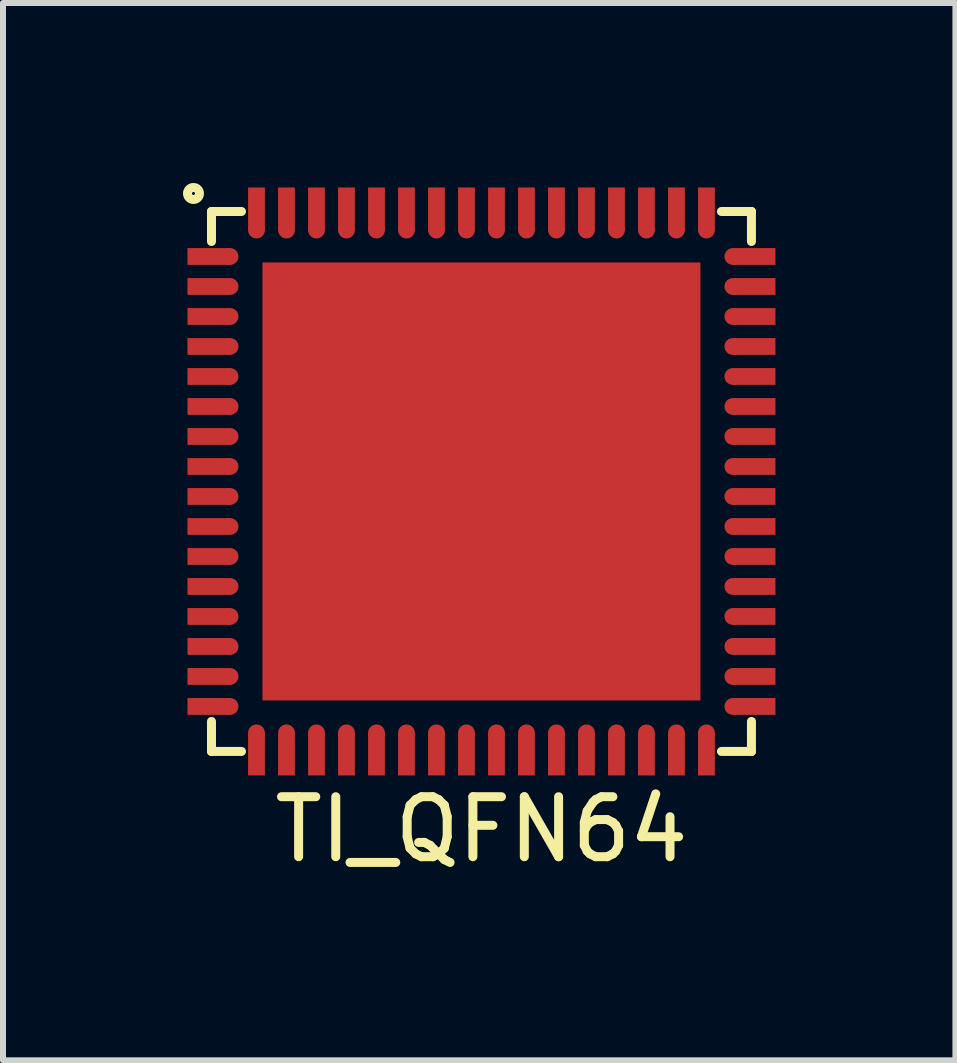
<source format=kicad_pcb>
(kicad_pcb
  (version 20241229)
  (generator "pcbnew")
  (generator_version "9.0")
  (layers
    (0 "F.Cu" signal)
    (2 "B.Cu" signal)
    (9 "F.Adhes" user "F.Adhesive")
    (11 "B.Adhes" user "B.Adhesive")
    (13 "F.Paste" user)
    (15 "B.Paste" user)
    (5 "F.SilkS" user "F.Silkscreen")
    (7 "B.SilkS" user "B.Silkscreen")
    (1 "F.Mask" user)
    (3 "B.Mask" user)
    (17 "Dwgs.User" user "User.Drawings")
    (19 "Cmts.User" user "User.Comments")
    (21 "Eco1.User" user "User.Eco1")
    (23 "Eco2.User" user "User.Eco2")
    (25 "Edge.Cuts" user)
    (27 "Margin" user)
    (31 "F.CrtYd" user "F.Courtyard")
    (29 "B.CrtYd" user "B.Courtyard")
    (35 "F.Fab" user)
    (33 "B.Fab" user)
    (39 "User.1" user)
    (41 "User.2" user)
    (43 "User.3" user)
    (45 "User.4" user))
  (footprint "TI_QFN64"
    (layer "F.Cu")
    (at 4.975 4.975)
    (property "Reference" "TI_QFN64" (at 0 5.8 0) (layer "F.SilkS") (effects (font (size 1 1) (thickness 0.15))))
    (attr through_hole)
    (fp_line (start -4.5 -4.5) (end -4.5 -4) (stroke (width 0.15) (type solid)) (layer "F.SilkS"))
    (fp_line (start -4.5 4) (end -4.5 4.5) (stroke (width 0.15) (type solid)) (layer "F.SilkS"))
    (fp_line (start -4.5 4.5) (end -4 4.5) (stroke (width 0.15) (type solid)) (layer "F.SilkS"))
    (fp_line (start -4 -4.5) (end -4.5 -4.5) (stroke (width 0.15) (type solid)) (layer "F.SilkS"))
    (fp_line (start 4 -4.5) (end 4.5 -4.5) (stroke (width 0.15) (type solid)) (layer "F.SilkS"))
    (fp_line (start 4.5 -4.5) (end 4.5 -4) (stroke (width 0.15) (type solid)) (layer "F.SilkS"))
    (fp_line (start 4.5 4) (end 4.5 4.5) (stroke (width 0.15) (type solid)) (layer "F.SilkS"))
    (fp_line (start 4.5 4.5) (end 4 4.5) (stroke (width 0.15) (type solid)) (layer "F.SilkS"))
    (fp_circle (center -4.8 -4.8) (end -4.7 -4.8) (stroke (width 0.15) (type solid)) (fill no) (layer "F.SilkS"))
    (pad "1" smd rect (at -3.75 -4.545) (size 0.28 0.71) (layers "F.Cu" "F.Mask" "F.Paste"))
    (pad "1" smd circle (at -3.75 -4.19) (size 0.28 0.28) (layers "F.Cu" "F.Mask" "F.Paste"))
    (pad "2" smd rect (at -3.25 -4.545) (size 0.28 0.71) (layers "F.Cu" "F.Mask" "F.Paste"))
    (pad "2" smd circle (at -3.25 -4.19) (size 0.28 0.28) (layers "F.Cu" "F.Mask" "F.Paste"))
    (pad "3" smd rect (at -2.75 -4.545) (size 0.28 0.71) (layers "F.Cu" "F.Mask" "F.Paste"))
    (pad "3" smd circle (at -2.75 -4.19) (size 0.28 0.28) (layers "F.Cu" "F.Mask" "F.Paste"))
    (pad "4" smd rect (at -2.25 -4.545) (size 0.28 0.71) (layers "F.Cu" "F.Mask" "F.Paste"))
    (pad "4" smd circle (at -2.25 -4.19) (size 0.28 0.28) (layers "F.Cu" "F.Mask" "F.Paste"))
    (pad "5" smd rect (at -1.75 -4.545) (size 0.28 0.71) (layers "F.Cu" "F.Mask" "F.Paste"))
    (pad "5" smd circle (at -1.75 -4.19) (size 0.28 0.28) (layers "F.Cu" "F.Mask" "F.Paste"))
    (pad "6" smd rect (at -1.25 -4.545) (size 0.28 0.71) (layers "F.Cu" "F.Mask" "F.Paste"))
    (pad "6" smd circle (at -1.25 -4.19) (size 0.28 0.28) (layers "F.Cu" "F.Mask" "F.Paste"))
    (pad "7" smd rect (at -0.75 -4.545) (size 0.28 0.71) (layers "F.Cu" "F.Mask" "F.Paste"))
    (pad "7" smd circle (at -0.75 -4.19) (size 0.28 0.28) (layers "F.Cu" "F.Mask" "F.Paste"))
    (pad "8" smd rect (at -0.25 -4.545) (size 0.28 0.71) (layers "F.Cu" "F.Mask" "F.Paste"))
    (pad "8" smd circle (at -0.25 -4.19) (size 0.28 0.28) (layers "F.Cu" "F.Mask" "F.Paste"))
    (pad "9" smd rect (at 0.25 -4.545) (size 0.28 0.71) (layers "F.Cu" "F.Mask" "F.Paste"))
    (pad "9" smd circle (at 0.25 -4.19) (size 0.28 0.28) (layers "F.Cu" "F.Mask" "F.Paste"))
    (pad "10" smd rect (at 0.75 -4.545) (size 0.28 0.71) (layers "F.Cu" "F.Mask" "F.Paste"))
    (pad "10" smd circle (at 0.75 -4.19) (size 0.28 0.28) (layers "F.Cu" "F.Mask" "F.Paste"))
    (pad "11" smd rect (at 1.25 -4.545) (size 0.28 0.71) (layers "F.Cu" "F.Mask" "F.Paste"))
    (pad "11" smd circle (at 1.25 -4.19) (size 0.28 0.28) (layers "F.Cu" "F.Mask" "F.Paste"))
    (pad "12" smd rect (at 1.75 -4.545) (size 0.28 0.71) (layers "F.Cu" "F.Mask" "F.Paste"))
    (pad "12" smd circle (at 1.75 -4.19) (size 0.28 0.28) (layers "F.Cu" "F.Mask" "F.Paste"))
    (pad "13" smd rect (at 2.25 -4.545) (size 0.28 0.71) (layers "F.Cu" "F.Mask" "F.Paste"))
    (pad "13" smd circle (at 2.25 -4.19) (size 0.28 0.28) (layers "F.Cu" "F.Mask" "F.Paste"))
    (pad "14" smd rect (at 2.75 -4.545) (size 0.28 0.71) (layers "F.Cu" "F.Mask" "F.Paste"))
    (pad "14" smd circle (at 2.75 -4.19) (size 0.28 0.28) (layers "F.Cu" "F.Mask" "F.Paste"))
    (pad "15" smd rect (at 3.25 -4.545) (size 0.28 0.71) (layers "F.Cu" "F.Mask" "F.Paste"))
    (pad "15" smd circle (at 3.25 -4.19) (size 0.28 0.28) (layers "F.Cu" "F.Mask" "F.Paste"))
    (pad "16" smd rect (at 3.75 -4.545) (size 0.28 0.71) (layers "F.Cu" "F.Mask" "F.Paste"))
    (pad "16" smd circle (at 3.75 -4.19) (size 0.28 0.28) (layers "F.Cu" "F.Mask" "F.Paste"))
    (pad "17" smd circle (at 4.19 -3.75) (size 0.28 0.28) (layers "F.Cu" "F.Mask" "F.Paste"))
    (pad "17" smd rect (at 4.545 -3.75) (size 0.71 0.28) (layers "F.Cu" "F.Mask" "F.Paste"))
    (pad "18" smd circle (at 4.19 -3.25) (size 0.28 0.28) (layers "F.Cu" "F.Mask" "F.Paste"))
    (pad "18" smd rect (at 4.545 -3.25) (size 0.71 0.28) (layers "F.Cu" "F.Mask" "F.Paste"))
    (pad "19" smd circle (at 4.19 -2.75) (size 0.28 0.28) (layers "F.Cu" "F.Mask" "F.Paste"))
    (pad "19" smd rect (at 4.545 -2.75) (size 0.71 0.28) (layers "F.Cu" "F.Mask" "F.Paste"))
    (pad "20" smd circle (at 4.19 -2.25) (size 0.28 0.28) (layers "F.Cu" "F.Mask" "F.Paste"))
    (pad "20" smd rect (at 4.545 -2.25) (size 0.71 0.28) (layers "F.Cu" "F.Mask" "F.Paste"))
    (pad "21" smd circle (at 4.19 -1.75) (size 0.28 0.28) (layers "F.Cu" "F.Mask" "F.Paste"))
    (pad "21" smd rect (at 4.545 -1.75) (size 0.71 0.28) (layers "F.Cu" "F.Mask" "F.Paste"))
    (pad "22" smd circle (at 4.19 -1.25) (size 0.28 0.28) (layers "F.Cu" "F.Mask" "F.Paste"))
    (pad "22" smd rect (at 4.545 -1.25) (size 0.71 0.28) (layers "F.Cu" "F.Mask" "F.Paste"))
    (pad "23" smd circle (at 4.19 -0.75) (size 0.28 0.28) (layers "F.Cu" "F.Mask" "F.Paste"))
    (pad "23" smd rect (at 4.545 -0.75) (size 0.71 0.28) (layers "F.Cu" "F.Mask" "F.Paste"))
    (pad "24" smd circle (at 4.19 -0.25) (size 0.28 0.28) (layers "F.Cu" "F.Mask" "F.Paste"))
    (pad "24" smd rect (at 4.545 -0.25) (size 0.71 0.28) (layers "F.Cu" "F.Mask" "F.Paste"))
    (pad "25" smd circle (at 4.19 0.25) (size 0.28 0.28) (layers "F.Cu" "F.Mask" "F.Paste"))
    (pad "25" smd rect (at 4.545 0.25) (size 0.71 0.28) (layers "F.Cu" "F.Mask" "F.Paste"))
    (pad "26" smd circle (at 4.19 0.75) (size 0.28 0.28) (layers "F.Cu" "F.Mask" "F.Paste"))
    (pad "26" smd rect (at 4.545 0.75) (size 0.71 0.28) (layers "F.Cu" "F.Mask" "F.Paste"))
    (pad "27" smd circle (at 4.19 1.25) (size 0.28 0.28) (layers "F.Cu" "F.Mask" "F.Paste"))
    (pad "27" smd rect (at 4.545 1.25) (size 0.71 0.28) (layers "F.Cu" "F.Mask" "F.Paste"))
    (pad "28" smd circle (at 4.19 1.75) (size 0.28 0.28) (layers "F.Cu" "F.Mask" "F.Paste"))
    (pad "28" smd rect (at 4.545 1.75) (size 0.71 0.28) (layers "F.Cu" "F.Mask" "F.Paste"))
    (pad "29" smd circle (at 4.19 2.25) (size 0.28 0.28) (layers "F.Cu" "F.Mask" "F.Paste"))
    (pad "29" smd rect (at 4.545 2.25) (size 0.71 0.28) (layers "F.Cu" "F.Mask" "F.Paste"))
    (pad "30" smd circle (at 4.19 2.75) (size 0.28 0.28) (layers "F.Cu" "F.Mask" "F.Paste"))
    (pad "30" smd rect (at 4.545 2.75) (size 0.71 0.28) (layers "F.Cu" "F.Mask" "F.Paste"))
    (pad "31" smd circle (at 4.19 3.25) (size 0.28 0.28) (layers "F.Cu" "F.Mask" "F.Paste"))
    (pad "31" smd rect (at 4.545 3.25) (size 0.71 0.28) (layers "F.Cu" "F.Mask" "F.Paste"))
    (pad "32" smd circle (at 4.19 3.75) (size 0.28 0.28) (layers "F.Cu" "F.Mask" "F.Paste"))
    (pad "32" smd rect (at 4.545 3.75) (size 0.71 0.28) (layers "F.Cu" "F.Mask" "F.Paste"))
    (pad "33" smd circle (at 3.75 4.19) (size 0.28 0.28) (layers "F.Cu" "F.Mask" "F.Paste"))
    (pad "33" smd rect (at 3.75 4.545) (size 0.28 0.71) (layers "F.Cu" "F.Mask" "F.Paste"))
    (pad "34" smd circle (at 3.25 4.19) (size 0.28 0.28) (layers "F.Cu" "F.Mask" "F.Paste"))
    (pad "34" smd rect (at 3.25 4.545) (size 0.28 0.71) (layers "F.Cu" "F.Mask" "F.Paste"))
    (pad "35" smd circle (at 2.75 4.19) (size 0.28 0.28) (layers "F.Cu" "F.Mask" "F.Paste"))
    (pad "35" smd rect (at 2.75 4.545) (size 0.28 0.71) (layers "F.Cu" "F.Mask" "F.Paste"))
    (pad "36" smd circle (at 2.25 4.19) (size 0.28 0.28) (layers "F.Cu" "F.Mask" "F.Paste"))
    (pad "36" smd rect (at 2.25 4.545) (size 0.28 0.71) (layers "F.Cu" "F.Mask" "F.Paste"))
    (pad "37" smd circle (at 1.75 4.19) (size 0.28 0.28) (layers "F.Cu" "F.Mask" "F.Paste"))
    (pad "37" smd rect (at 1.75 4.545) (size 0.28 0.71) (layers "F.Cu" "F.Mask" "F.Paste"))
    (pad "38" smd circle (at 1.25 4.19) (size 0.28 0.28) (layers "F.Cu" "F.Mask" "F.Paste"))
    (pad "38" smd rect (at 1.25 4.545) (size 0.28 0.71) (layers "F.Cu" "F.Mask" "F.Paste"))
    (pad "39" smd circle (at 0.75 4.19) (size 0.28 0.28) (layers "F.Cu" "F.Mask" "F.Paste"))
    (pad "39" smd rect (at 0.75 4.545) (size 0.28 0.71) (layers "F.Cu" "F.Mask" "F.Paste"))
    (pad "40" smd circle (at 0.25 4.19) (size 0.28 0.28) (layers "F.Cu" "F.Mask" "F.Paste"))
    (pad "40" smd rect (at 0.25 4.545) (size 0.28 0.71) (layers "F.Cu" "F.Mask" "F.Paste"))
    (pad "41" smd circle (at -0.25 4.19) (size 0.28 0.28) (layers "F.Cu" "F.Mask" "F.Paste"))
    (pad "41" smd rect (at -0.25 4.545) (size 0.28 0.71) (layers "F.Cu" "F.Mask" "F.Paste"))
    (pad "42" smd circle (at -0.75 4.19) (size 0.28 0.28) (layers "F.Cu" "F.Mask" "F.Paste"))
    (pad "42" smd rect (at -0.75 4.545) (size 0.28 0.71) (layers "F.Cu" "F.Mask" "F.Paste"))
    (pad "43" smd circle (at -1.25 4.19) (size 0.28 0.28) (layers "F.Cu" "F.Mask" "F.Paste"))
    (pad "43" smd rect (at -1.25 4.545) (size 0.28 0.71) (layers "F.Cu" "F.Mask" "F.Paste"))
    (pad "44" smd circle (at -1.75 4.19) (size 0.28 0.28) (layers "F.Cu" "F.Mask" "F.Paste"))
    (pad "44" smd rect (at -1.75 4.545) (size 0.28 0.71) (layers "F.Cu" "F.Mask" "F.Paste"))
    (pad "45" smd circle (at -2.25 4.19) (size 0.28 0.28) (layers "F.Cu" "F.Mask" "F.Paste"))
    (pad "45" smd rect (at -2.25 4.545) (size 0.28 0.71) (layers "F.Cu" "F.Mask" "F.Paste"))
    (pad "46" smd circle (at -2.75 4.19) (size 0.28 0.28) (layers "F.Cu" "F.Mask" "F.Paste"))
    (pad "46" smd rect (at -2.75 4.545) (size 0.28 0.71) (layers "F.Cu" "F.Mask" "F.Paste"))
    (pad "47" smd circle (at -3.25 4.19) (size 0.28 0.28) (layers "F.Cu" "F.Mask" "F.Paste"))
    (pad "47" smd rect (at -3.25 4.545) (size 0.28 0.71) (layers "F.Cu" "F.Mask" "F.Paste"))
    (pad "48" smd circle (at -3.75 4.19) (size 0.28 0.28) (layers "F.Cu" "F.Mask" "F.Paste"))
    (pad "48" smd rect (at -3.75 4.545) (size 0.28 0.71) (layers "F.Cu" "F.Mask" "F.Paste"))
    (pad "49" smd rect (at -4.545 3.75) (size 0.71 0.28) (layers "F.Cu" "F.Mask" "F.Paste"))
    (pad "49" smd circle (at -4.19 3.75) (size 0.28 0.28) (layers "F.Cu" "F.Mask" "F.Paste"))
    (pad "50" smd rect (at -4.545 3.25) (size 0.71 0.28) (layers "F.Cu" "F.Mask" "F.Paste"))
    (pad "50" smd circle (at -4.19 3.25) (size 0.28 0.28) (layers "F.Cu" "F.Mask" "F.Paste"))
    (pad "51" smd rect (at -4.545 2.75) (size 0.71 0.28) (layers "F.Cu" "F.Mask" "F.Paste"))
    (pad "51" smd circle (at -4.19 2.75) (size 0.28 0.28) (layers "F.Cu" "F.Mask" "F.Paste"))
    (pad "52" smd rect (at -4.545 2.25) (size 0.71 0.28) (layers "F.Cu" "F.Mask" "F.Paste"))
    (pad "52" smd circle (at -4.19 2.25) (size 0.28 0.28) (layers "F.Cu" "F.Mask" "F.Paste"))
    (pad "53" smd rect (at -4.545 1.75) (size 0.71 0.28) (layers "F.Cu" "F.Mask" "F.Paste"))
    (pad "53" smd circle (at -4.19 1.75) (size 0.28 0.28) (layers "F.Cu" "F.Mask" "F.Paste"))
    (pad "54" smd rect (at -4.545 1.25) (size 0.71 0.28) (layers "F.Cu" "F.Mask" "F.Paste"))
    (pad "54" smd circle (at -4.19 1.25) (size 0.28 0.28) (layers "F.Cu" "F.Mask" "F.Paste"))
    (pad "55" smd rect (at -4.545 0.75) (size 0.71 0.28) (layers "F.Cu" "F.Mask" "F.Paste"))
    (pad "55" smd circle (at -4.19 0.75) (size 0.28 0.28) (layers "F.Cu" "F.Mask" "F.Paste"))
    (pad "56" smd rect (at -4.545 0.25) (size 0.71 0.28) (layers "F.Cu" "F.Mask" "F.Paste"))
    (pad "56" smd circle (at -4.19 0.25) (size 0.28 0.28) (layers "F.Cu" "F.Mask" "F.Paste"))
    (pad "57" smd rect (at -4.545 -0.25) (size 0.71 0.28) (layers "F.Cu" "F.Mask" "F.Paste"))
    (pad "57" smd circle (at -4.19 -0.25) (size 0.28 0.28) (layers "F.Cu" "F.Mask" "F.Paste"))
    (pad "58" smd rect (at -4.545 -0.75) (size 0.71 0.28) (layers "F.Cu" "F.Mask" "F.Paste"))
    (pad "58" smd circle (at -4.19 -0.75) (size 0.28 0.28) (layers "F.Cu" "F.Mask" "F.Paste"))
    (pad "59" smd rect (at -4.545 -1.25) (size 0.71 0.28) (layers "F.Cu" "F.Mask" "F.Paste"))
    (pad "59" smd circle (at -4.19 -1.25) (size 0.28 0.28) (layers "F.Cu" "F.Mask" "F.Paste"))
    (pad "60" smd rect (at -4.545 -1.75) (size 0.71 0.28) (layers "F.Cu" "F.Mask" "F.Paste"))
    (pad "60" smd circle (at -4.19 -1.75) (size 0.28 0.28) (layers "F.Cu" "F.Mask" "F.Paste"))
    (pad "61" smd rect (at -4.545 -2.25) (size 0.71 0.28) (layers "F.Cu" "F.Mask" "F.Paste"))
    (pad "61" smd circle (at -4.19 -2.25) (size 0.28 0.28) (layers "F.Cu" "F.Mask" "F.Paste"))
    (pad "62" smd rect (at -4.545 -2.75) (size 0.71 0.28) (layers "F.Cu" "F.Mask" "F.Paste"))
    (pad "62" smd circle (at -4.19 -2.75) (size 0.28 0.28) (layers "F.Cu" "F.Mask" "F.Paste"))
    (pad "63" smd rect (at -4.545 -3.25) (size 0.71 0.28) (layers "F.Cu" "F.Mask" "F.Paste"))
    (pad "63" smd circle (at -4.19 -3.25) (size 0.28 0.28) (layers "F.Cu" "F.Mask" "F.Paste"))
    (pad "64" smd rect (at -4.545 -3.75) (size 0.71 0.28) (layers "F.Cu" "F.Mask" "F.Paste"))
    (pad "64" smd circle (at -4.19 -3.75) (size 0.28 0.28) (layers "F.Cu" "F.Mask" "F.Paste"))
    (pad "65" smd rect (at 0 0) (size 7.3 7.3) (layers "F.Cu" "F.Mask" "F.Paste")))
  (gr_rect
    (start -3 -3)
    (end 12.875 14.623)
    (stroke (width 0.1) (type default))
    (fill no)
    (layer "Edge.Cuts")))
</source>
